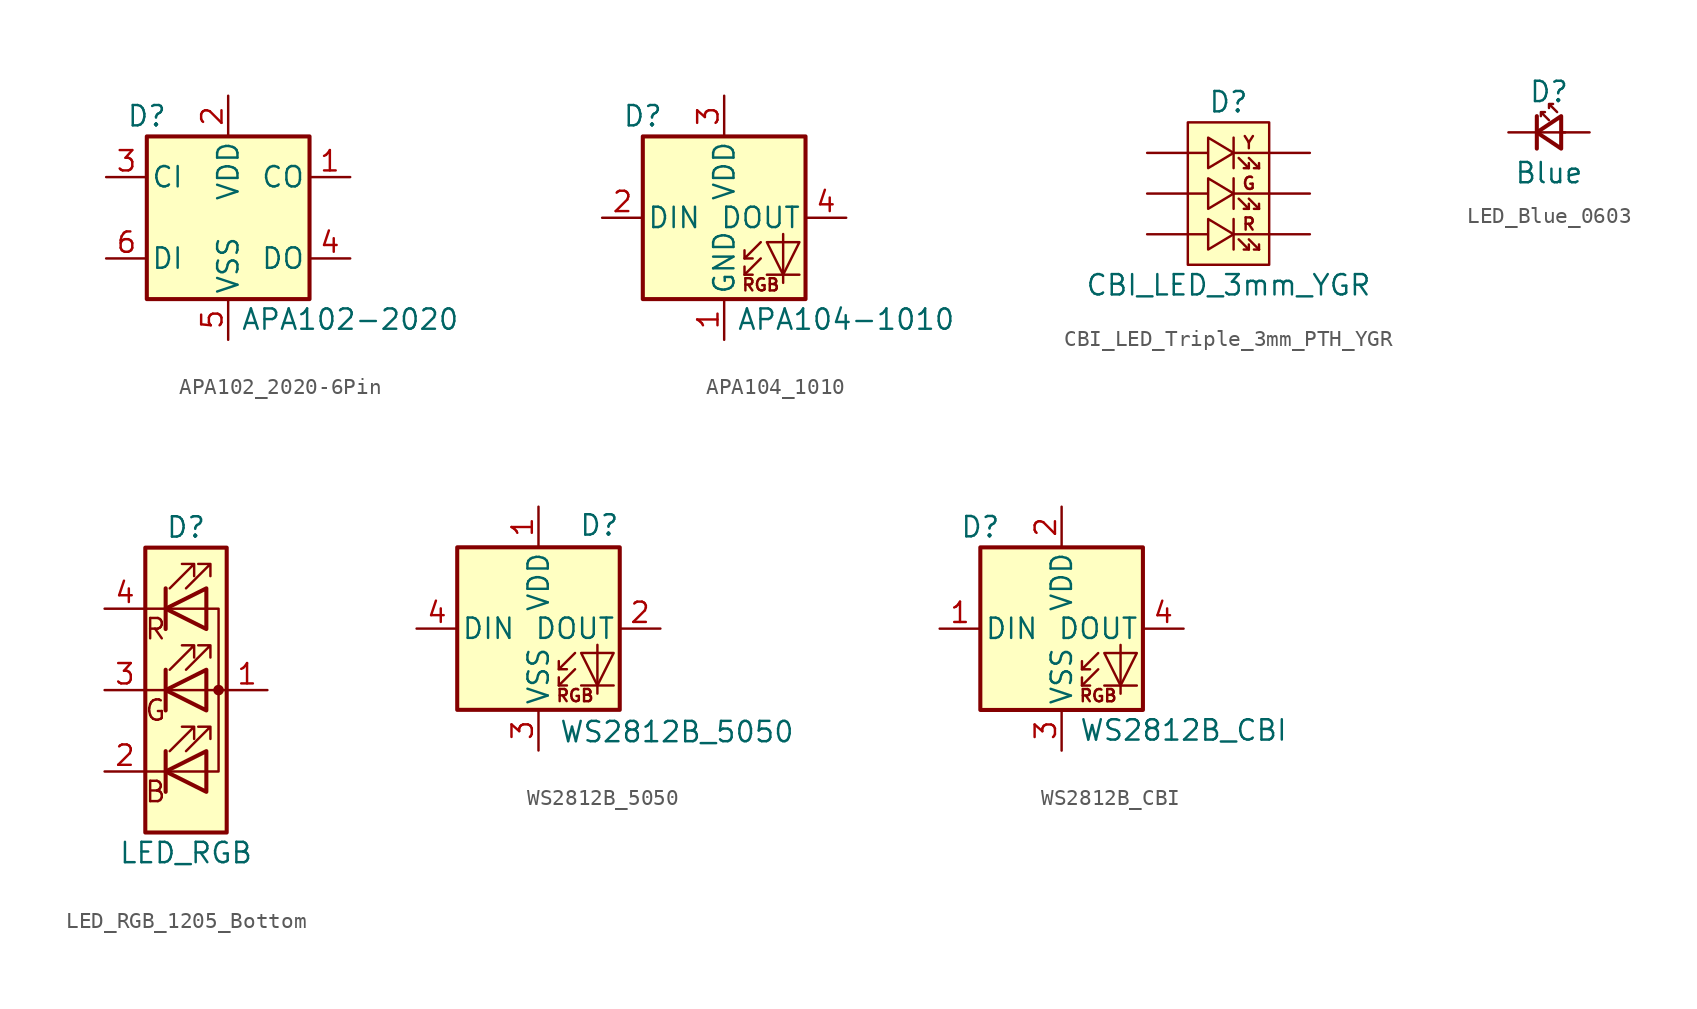
<source format=kicad_sym>
(kicad_symbol_lib
  (version 20231120)
  (generator "kicad_symbol_editor")
  (generator_version "8.0")
  (symbol "APA102_2020-6Pin"
    (pin_names
      (offset 0.254))
    (property "Reference" "D"
      (at -5.08 6.35 0)
      (effects (font (size 1.27 1.27))))
    (property "Value" "APA102-2020"
      (at 7.62 -6.35 0)
      (do_not_autoplace)
      (effects (font (size 1.27 1.27))))
    (symbol "APA102_2020-6Pin_0_1"
      (rectangle (start -5.08 5.08) (end 5.08 -5.08) (stroke (width 0.254) (type default)) (fill (type background))))
    (symbol "APA102_2020-6Pin_1_1"
      (pin output line (at 7.62 2.54 180) (length 2.54) (name "CO" (effects (font (size 1.27 1.27)))) (number "1" (effects (font (size 1.27 1.27)))))
      (pin power_in line (at 0 7.62 270) (length 2.54) (name "VDD" (effects (font (size 1.27 1.27)))) (number "2" (effects (font (size 1.27 1.27)))))
      (pin input line (at -7.62 2.54 0) (length 2.54) (name "CI" (effects (font (size 1.27 1.27)))) (number "3" (effects (font (size 1.27 1.27)))))
      (pin output line (at 7.62 -2.54 180) (length 2.54) (name "DO" (effects (font (size 1.27 1.27)))) (number "4" (effects (font (size 1.27 1.27)))))
      (pin power_in line (at 0 -7.62 90) (length 2.54) (name "VSS" (effects (font (size 1.27 1.27)))) (number "5" (effects (font (size 1.27 1.27)))))
      (pin input line (at -7.62 -2.54 0) (length 2.54) (name "DI" (effects (font (size 1.27 1.27)))) (number "6" (effects (font (size 1.27 1.27)))))))
  (symbol "APA104_1010"
    (pin_names
      (offset 0.254))
    (property "Reference" "D"
      (at -5.08 6.35 0)
      (effects (font (size 1.27 1.27))))
    (property "Value" "APA104-1010"
      (at 7.62 -6.35 0)
      (do_not_autoplace)
      (effects (font (size 1.27 1.27))))
    (symbol "APA104_1010_0_0"
      (text "RGB" (at 2.286 -4.191 0) (effects (font (size 0.762 0.762)))))
    (symbol "APA104_1010_0_1"
      (polyline (pts (xy 1.27 -3.556) (xy 1.778 -3.556)) (stroke (width 0) (type default)) (fill (type none)))
      (polyline (pts (xy 1.27 -2.54) (xy 1.778 -2.54)) (stroke (width 0) (type default)) (fill (type none)))
      (polyline (pts (xy 4.699 -3.556) (xy 2.667 -3.556)) (stroke (width 0) (type default)) (fill (type none)))
      (polyline (pts (xy 2.286 -2.54) (xy 1.27 -3.556) (xy 1.27 -3.048)) (stroke (width 0) (type default)) (fill (type none)))
      (polyline (pts (xy 2.286 -1.524) (xy 1.27 -2.54) (xy 1.27 -2.032)) (stroke (width 0) (type default)) (fill (type none)))
      (polyline (pts (xy 3.683 -1.016) (xy 3.683 -3.556) (xy 3.683 -4.064)) (stroke (width 0) (type default)) (fill (type none)))
      (polyline (pts (xy 4.699 -1.524) (xy 2.667 -1.524) (xy 3.683 -3.556) (xy 4.699 -1.524)) (stroke (width 0) (type default)) (fill (type none)))
      (rectangle (start 5.08 5.08) (end -5.08 -5.08) (stroke (width 0.254) (type default)) (fill (type background))))
    (symbol "APA104_1010_1_1"
      (pin power_in line (at 0 -7.62 90) (length 2.54) (name "GND" (effects (font (size 1.27 1.27)))) (number "1" (effects (font (size 1.27 1.27)))))
      (pin input line (at -7.62 0 0) (length 2.54) (name "DIN" (effects (font (size 1.27 1.27)))) (number "2" (effects (font (size 1.27 1.27)))))
      (pin power_in line (at 0 7.62 270) (length 2.54) (name "VDD" (effects (font (size 1.27 1.27)))) (number "3" (effects (font (size 1.27 1.27)))))
      (pin output line (at 7.62 0 180) (length 2.54) (name "DOUT" (effects (font (size 1.27 1.27)))) (number "4" (effects (font (size 1.27 1.27)))))))
  (symbol "CBI_LED_Triple_3mm_PTH_YGR"
    (pin_numbers hide)
    (pin_names hide)
    (property "Reference" "D"
      (at 0 5.715 0)
      (effects (font (size 1.27 1.27))))
    (property "Value" "CBI_LED_3mm_YGR"
      (at 0 -5.715 0)
      (effects (font (size 1.27 1.27))))
    (symbol "CBI_LED_Triple_3mm_PTH_YGR_0_1"
      (polyline (pts (xy 0.318 -2.54) (xy 2.54 -2.54)) (stroke (width 0) (type default)) (fill (type none)))
      (polyline (pts (xy 0.318 -1.587) (xy 0.318 -3.493)) (stroke (width 0) (type default)) (fill (type none)))
      (polyline (pts (xy 0.318 0) (xy 2.54 0)) (stroke (width 0) (type default)) (fill (type none)))
      (polyline (pts (xy 0.318 0.953) (xy 0.318 -0.953)) (stroke (width 0) (type default)) (fill (type none)))
      (polyline (pts (xy 0.318 2.54) (xy 2.54 2.54)) (stroke (width 0) (type default)) (fill (type none)))
      (polyline (pts (xy 0.318 3.493) (xy 0.318 1.587)) (stroke (width 0) (type default)) (fill (type none)))
      (polyline (pts (xy 1.27 -3.493) (xy 1.27 -3.175)) (stroke (width 0) (type default)) (fill (type none)))
      (polyline (pts (xy 1.27 -2.857) (xy 1.905 -3.493)) (stroke (width 0) (type default)) (fill (type none)))
      (polyline (pts (xy 1.27 -0.953) (xy 1.27 -0.635)) (stroke (width 0) (type default)) (fill (type none)))
      (polyline (pts (xy 1.27 -0.318) (xy 1.905 -0.953)) (stroke (width 0) (type default)) (fill (type none)))
      (polyline (pts (xy 1.27 1.587) (xy 1.27 1.905)) (stroke (width 0) (type default)) (fill (type none)))
      (polyline (pts (xy 1.27 2.223) (xy 1.905 1.587)) (stroke (width 0) (type default)) (fill (type none)))
      (polyline (pts (xy 1.905 -3.493) (xy 1.587 -3.493)) (stroke (width 0) (type default)) (fill (type none)))
      (polyline (pts (xy 1.905 -3.493) (xy 1.905 -3.175)) (stroke (width 0) (type default)) (fill (type none)))
      (polyline (pts (xy 1.905 -0.953) (xy 1.587 -0.953)) (stroke (width 0) (type default)) (fill (type none)))
      (polyline (pts (xy 1.905 -0.953) (xy 1.905 -0.635)) (stroke (width 0) (type default)) (fill (type none)))
      (polyline (pts (xy 1.905 1.587) (xy 1.587 1.587)) (stroke (width 0) (type default)) (fill (type none)))
      (polyline (pts (xy 1.905 1.587) (xy 1.905 1.905)) (stroke (width 0) (type default)) (fill (type none)))
      (polyline (pts (xy 0.635 -2.857) (xy 1.27 -3.493) (xy 0.953 -3.493)) (stroke (width 0) (type default)) (fill (type none)))
      (polyline (pts (xy 0.635 -0.318) (xy 1.27 -0.953) (xy 0.953 -0.953)) (stroke (width 0) (type default)) (fill (type none)))
      (polyline (pts (xy 0.635 2.223) (xy 1.27 1.587) (xy 0.953 1.587)) (stroke (width 0) (type default)) (fill (type none)))
      (polyline (pts (xy -2.54 -2.54) (xy -1.27 -2.54) (xy -1.27 -1.587) (xy 0.318 -2.54) (xy -1.27 -3.493) (xy -1.27 -2.54)) (stroke (width 0) (type default)) (fill (type none)))
      (polyline (pts (xy -2.54 0) (xy -1.27 0) (xy -1.27 0.953) (xy 0.318 0) (xy -1.27 -0.953) (xy -1.27 0)) (stroke (width 0) (type default)) (fill (type none)))
      (polyline (pts (xy -2.54 2.54) (xy -1.27 2.54) (xy -1.27 3.493) (xy 0.318 2.54) (xy -1.27 1.587) (xy -1.27 2.54)) (stroke (width 0) (type default)) (fill (type none))))
    (symbol "CBI_LED_Triple_3mm_PTH_YGR_1_1"
      (rectangle (start -2.54 4.445) (end 2.54 -4.445) (stroke (width 0) (type default)) (fill (type background)))
      (text "G" (at 1.27 0.635 0) (effects (font (size 0.762 0.762))))
      (text "R" (at 1.27 -1.905 0) (effects (font (size 0.762 0.762))))
      (text "Y" (at 1.27 3.175 0) (effects (font (size 0.762 0.762))))
      (pin passive line (at -5.08 2.54 0) (length 2.54) (name "ANODE_1" (effects (font (size 1.27 1.27)))) (number "ANODE_1" (effects (font (size 1.27 1.27)))))
      (pin passive line (at -5.08 0 0) (length 2.54) (name "ANODE_2" (effects (font (size 1.27 1.27)))) (number "ANODE_2" (effects (font (size 1.27 1.27)))))
      (pin passive line (at -5.08 -2.54 0) (length 2.54) (name "ANODE_3" (effects (font (size 1.27 1.27)))) (number "ANODE_3" (effects (font (size 1.27 1.27)))))
      (pin passive line (at 5.08 2.54 180) (length 2.54) (name "CATHODE_1" (effects (font (size 1.27 1.27)))) (number "CATHODE_1" (effects (font (size 1.27 1.27)))))
      (pin passive line (at 5.08 0 180) (length 2.54) (name "CATHODE_2" (effects (font (size 1.27 1.27)))) (number "CATHODE_2" (effects (font (size 1.27 1.27)))))
      (pin passive line (at 5.08 -2.54 180) (length 2.54) (name "CATHODE_3" (effects (font (size 1.27 1.27)))) (number "CATHODE_3" (effects (font (size 1.27 1.27)))))))
  (symbol "LED_Blue_0603"
    (pin_numbers hide)
    (pin_names
      (offset 1.016) hide)
    (property "Reference" "D"
      (at 0 2.54 0)
      (effects (font (size 1.27 1.27))))
    (property "Value" "Blue"
      (at 0 -2.54 0)
      (effects (font (size 1.27 1.27))))
    (symbol "LED_Blue_0603_0_1"
      (polyline (pts (xy -0.762 -1.016) (xy -0.762 1.016)) (stroke (width 0.254) (type default)) (fill (type none)))
      (polyline (pts (xy 1.016 0) (xy -0.762 0)) (stroke (width 0) (type default)) (fill (type none)))
      (polyline (pts (xy 0.762 -1.016) (xy -0.762 0) (xy 0.762 1.016) (xy 0.762 -1.016)) (stroke (width 0.254) (type default)) (fill (type none)))
      (polyline (pts (xy 0 0.762) (xy -0.508 1.27) (xy -0.254 1.27) (xy -0.508 1.27) (xy -0.508 1.016)) (stroke (width 0) (type default)) (fill (type none)))
      (polyline (pts (xy 0.508 1.27) (xy 0 1.778) (xy 0.254 1.778) (xy 0 1.778) (xy 0 1.524)) (stroke (width 0) (type default)) (fill (type none))))
    (symbol "LED_Blue_0603_1_1"
      (pin passive line (at -2.54 0 0) (length 1.778) (name "K" (effects (font (size 1.27 1.27)))) (number "1" (effects (font (size 1.27 1.27)))))
      (pin passive line (at 2.54 0 180) (length 1.778) (name "A" (effects (font (size 1.27 1.27)))) (number "2" (effects (font (size 1.27 1.27)))))))
  (symbol "LED_RGB_1205_Bottom"
    (pin_names
      (offset 0) hide)
    (property "Reference" "D"
      (at 0 10.16 0)
      (effects (font (size 1.27 1.27))))
    (property "Value" "LED_RGB"
      (at 0 -10.16 0)
      (effects (font (size 1.27 1.27))))
    (symbol "LED_RGB_1205_Bottom_0_0"
      (text "B" (at -1.905 -6.35 0) (effects (font (size 1.27 1.27))))
      (text "G" (at -1.905 -1.27 0) (effects (font (size 1.27 1.27))))
      (text "R" (at -1.905 3.81 0) (effects (font (size 1.27 1.27)))))
    (symbol "LED_RGB_1205_Bottom_0_1"
      (rectangle (start -2.54 -8.89) (end 2.54 8.89) (stroke (width 0.254) (type default)) (fill (type background)))
      (polyline (pts (xy -2.54 -5.08) (xy 1.27 -5.08)) (stroke (width 0) (type default)) (fill (type none)))
      (polyline (pts (xy -1.27 -3.81) (xy -1.27 -6.35)) (stroke (width 0.254) (type default)) (fill (type none)))
      (polyline (pts (xy -1.27 1.27) (xy -1.27 -1.27)) (stroke (width 0.254) (type default)) (fill (type none)))
      (polyline (pts (xy -1.27 6.35) (xy -1.27 3.81)) (stroke (width 0.254) (type default)) (fill (type none)))
      (polyline (pts (xy 1.27 5.08) (xy -2.54 5.08)) (stroke (width 0) (type default)) (fill (type none)))
      (polyline (pts (xy 2.54 0) (xy -2.54 0)) (stroke (width 0) (type default)) (fill (type none)))
      (polyline (pts (xy 1.27 -5.08) (xy 2.032 -5.08) (xy 2.032 5.08) (xy 1.27 5.08)) (stroke (width 0) (type default)) (fill (type none)))
      (polyline (pts (xy 1.27 -3.81) (xy 1.27 -6.35) (xy -1.27 -5.08) (xy 1.27 -3.81)) (stroke (width 0.254) (type default)) (fill (type none)))
      (polyline (pts (xy 1.27 1.27) (xy 1.27 -1.27) (xy -1.27 0) (xy 1.27 1.27)) (stroke (width 0.254) (type default)) (fill (type none)))
      (polyline (pts (xy 1.27 6.35) (xy 1.27 3.81) (xy -1.27 5.08) (xy 1.27 6.35)) (stroke (width 0.254) (type default)) (fill (type none)))
      (polyline (pts (xy -1.016 -3.81) (xy 0.508 -2.286) (xy -0.254 -2.286) (xy 0.508 -2.286) (xy 0.508 -3.048)) (stroke (width 0) (type default)) (fill (type none)))
      (polyline (pts (xy -1.016 1.27) (xy 0.508 2.794) (xy -0.254 2.794) (xy 0.508 2.794) (xy 0.508 2.032)) (stroke (width 0) (type default)) (fill (type none)))
      (polyline (pts (xy -1.016 6.35) (xy 0.508 7.874) (xy -0.254 7.874) (xy 0.508 7.874) (xy 0.508 7.112)) (stroke (width 0) (type default)) (fill (type none)))
      (polyline (pts (xy 0 -3.81) (xy 1.524 -2.286) (xy 0.762 -2.286) (xy 1.524 -2.286) (xy 1.524 -3.048)) (stroke (width 0) (type default)) (fill (type none)))
      (polyline (pts (xy 0 1.27) (xy 1.524 2.794) (xy 0.762 2.794) (xy 1.524 2.794) (xy 1.524 2.032)) (stroke (width 0) (type default)) (fill (type none)))
      (polyline (pts (xy 0 6.35) (xy 1.524 7.874) (xy 0.762 7.874) (xy 1.524 7.874) (xy 1.524 7.112)) (stroke (width 0) (type default)) (fill (type none)))
      (rectangle (start 1.27 6.35) (end 1.27 6.35) (stroke (width 0) (type default)) (fill (type none)))
      (circle (center 2.032 0) (radius 0.254) (stroke (width 0) (type default)) (fill (type outline))))
    (symbol "LED_RGB_1205_Bottom_1_1"
      (pin passive line (at 5.08 0 180) (length 2.54) (name "A" (effects (font (size 1.27 1.27)))) (number "1" (effects (font (size 1.27 1.27)))))
      (pin passive line (at -5.08 -5.08 0) (length 2.54) (name "BK" (effects (font (size 1.27 1.27)))) (number "2" (effects (font (size 1.27 1.27)))))
      (pin passive line (at -5.08 0 0) (length 2.54) (name "GK" (effects (font (size 1.27 1.27)))) (number "3" (effects (font (size 1.27 1.27)))))
      (pin passive line (at -5.08 5.08 0) (length 2.54) (name "RK" (effects (font (size 1.27 1.27)))) (number "4" (effects (font (size 1.27 1.27)))))))
  (symbol "WS2812B_5050"
    (pin_names
      (offset 0.254))
    (property "Reference" "D"
      (at 5.08 5.715 0)
      (effects (font (size 1.27 1.27)) (justify right bottom)))
    (property "Value" "WS2812B_5050"
      (at 1.27 -5.715 0)
      (effects (font (size 1.27 1.27)) (justify left top)))
    (symbol "WS2812B_5050_0_0"
      (text "RGB" (at 2.286 -4.191 0) (effects (font (size 0.762 0.762)))))
    (symbol "WS2812B_5050_0_1"
      (polyline (pts (xy 1.27 -3.556) (xy 1.778 -3.556)) (stroke (width 0) (type default)) (fill (type none)))
      (polyline (pts (xy 1.27 -2.54) (xy 1.778 -2.54)) (stroke (width 0) (type default)) (fill (type none)))
      (polyline (pts (xy 4.699 -3.556) (xy 2.667 -3.556)) (stroke (width 0) (type default)) (fill (type none)))
      (polyline (pts (xy 2.286 -2.54) (xy 1.27 -3.556) (xy 1.27 -3.048)) (stroke (width 0) (type default)) (fill (type none)))
      (polyline (pts (xy 2.286 -1.524) (xy 1.27 -2.54) (xy 1.27 -2.032)) (stroke (width 0) (type default)) (fill (type none)))
      (polyline (pts (xy 3.683 -1.016) (xy 3.683 -3.556) (xy 3.683 -4.064)) (stroke (width 0) (type default)) (fill (type none)))
      (polyline (pts (xy 4.699 -1.524) (xy 2.667 -1.524) (xy 3.683 -3.556) (xy 4.699 -1.524)) (stroke (width 0) (type default)) (fill (type none)))
      (rectangle (start 5.08 5.08) (end -5.08 -5.08) (stroke (width 0.254) (type default)) (fill (type background))))
    (symbol "WS2812B_5050_1_1"
      (pin power_in line (at 0 7.62 270) (length 2.54) (name "VDD" (effects (font (size 1.27 1.27)))) (number "1" (effects (font (size 1.27 1.27)))))
      (pin output line (at 7.62 0 180) (length 2.54) (name "DOUT" (effects (font (size 1.27 1.27)))) (number "2" (effects (font (size 1.27 1.27)))))
      (pin power_in line (at 0 -7.62 90) (length 2.54) (name "VSS" (effects (font (size 1.27 1.27)))) (number "3" (effects (font (size 1.27 1.27)))))
      (pin input line (at -7.62 0 0) (length 2.54) (name "DIN" (effects (font (size 1.27 1.27)))) (number "4" (effects (font (size 1.27 1.27)))))))
  (symbol "WS2812B_CBI"
    (pin_names
      (offset 0.254))
    (property "Reference" "D"
      (at -5.08 6.35 0)
      (effects (font (size 1.27 1.27))))
    (property "Value" "WS2812B_CBI"
      (at 7.62 -6.35 0)
      (do_not_autoplace)
      (effects (font (size 1.27 1.27))))
    (symbol "WS2812B_CBI_0_0"
      (text "RGB" (at 2.286 -4.191 0) (effects (font (size 0.762 0.762)))))
    (symbol "WS2812B_CBI_0_1"
      (polyline (pts (xy 1.27 -3.556) (xy 1.778 -3.556)) (stroke (width 0) (type default)) (fill (type none)))
      (polyline (pts (xy 1.27 -2.54) (xy 1.778 -2.54)) (stroke (width 0) (type default)) (fill (type none)))
      (polyline (pts (xy 4.699 -3.556) (xy 2.667 -3.556)) (stroke (width 0) (type default)) (fill (type none)))
      (polyline (pts (xy 2.286 -2.54) (xy 1.27 -3.556) (xy 1.27 -3.048)) (stroke (width 0) (type default)) (fill (type none)))
      (polyline (pts (xy 2.286 -1.524) (xy 1.27 -2.54) (xy 1.27 -2.032)) (stroke (width 0) (type default)) (fill (type none)))
      (polyline (pts (xy 3.683 -1.016) (xy 3.683 -3.556) (xy 3.683 -4.064)) (stroke (width 0) (type default)) (fill (type none)))
      (polyline (pts (xy 4.699 -1.524) (xy 2.667 -1.524) (xy 3.683 -3.556) (xy 4.699 -1.524)) (stroke (width 0) (type default)) (fill (type none)))
      (rectangle (start 5.08 5.08) (end -5.08 -5.08) (stroke (width 0.254) (type default)) (fill (type background))))
    (symbol "WS2812B_CBI_1_1"
      (pin input line (at -7.62 0 0) (length 2.54) (name "DIN" (effects (font (size 1.27 1.27)))) (number "1" (effects (font (size 1.27 1.27)))))
      (pin power_in line (at 0 7.62 270) (length 2.54) (name "VDD" (effects (font (size 1.27 1.27)))) (number "2" (effects (font (size 1.27 1.27)))))
      (pin power_in line (at 0 -7.62 90) (length 2.54) (name "VSS" (effects (font (size 1.27 1.27)))) (number "3" (effects (font (size 1.27 1.27)))))
      (pin output line (at 7.62 0 180) (length 2.54) (name "DOUT" (effects (font (size 1.27 1.27)))) (number "4" (effects (font (size 1.27 1.27))))))))
</source>
